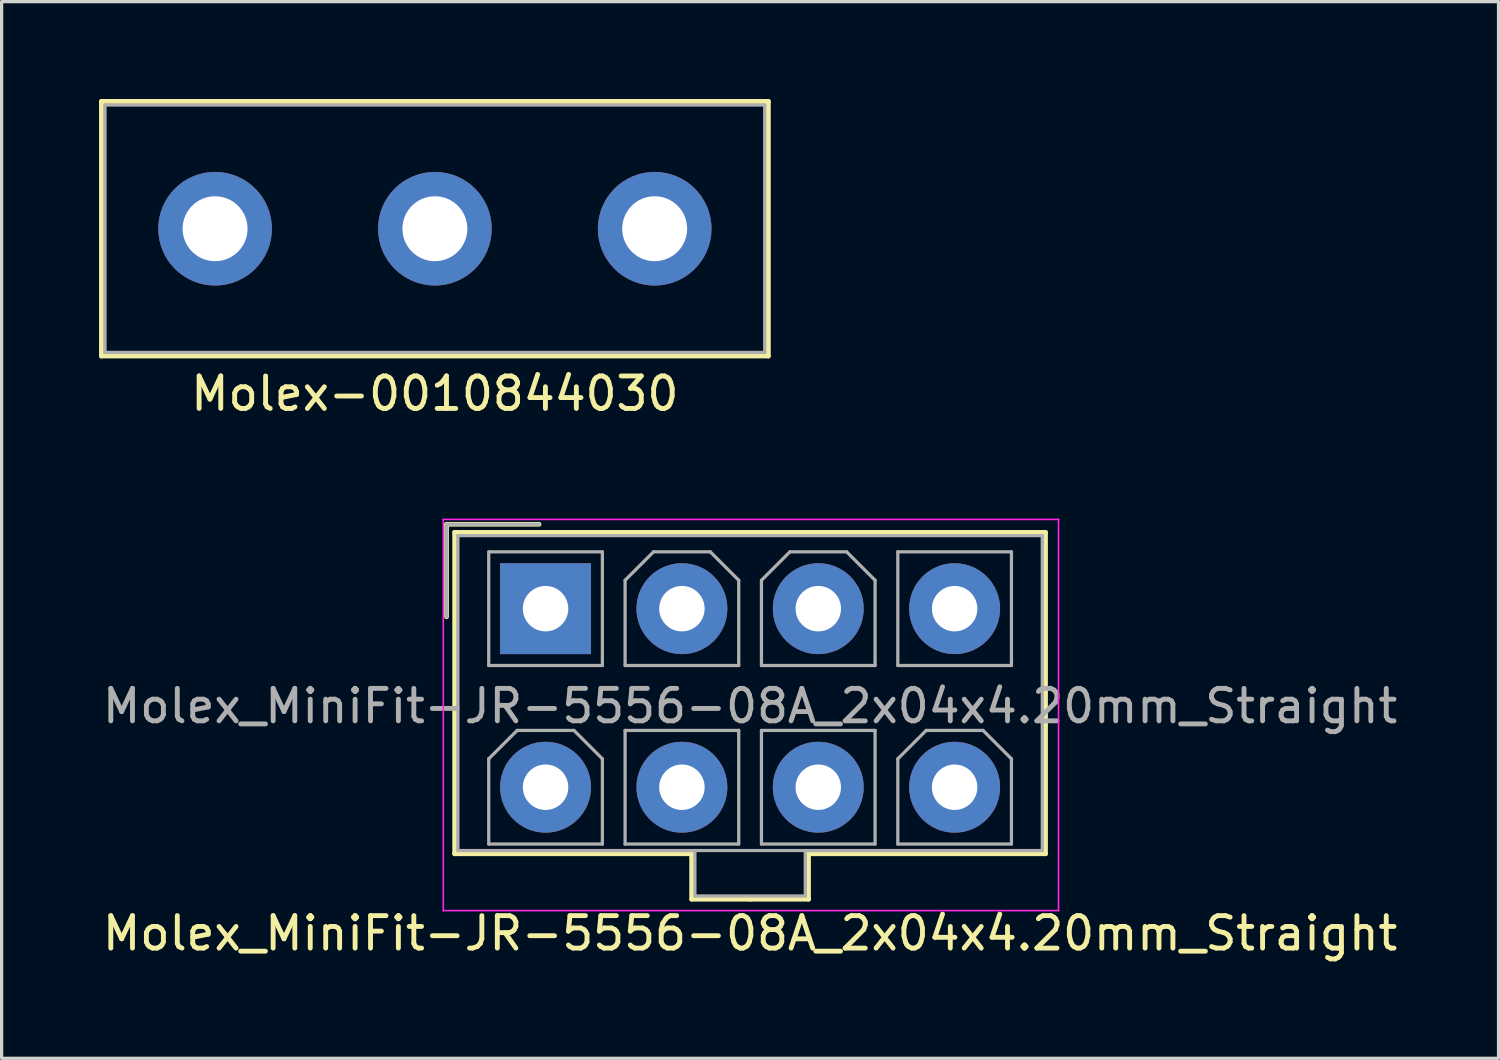
<source format=kicad_pcb>
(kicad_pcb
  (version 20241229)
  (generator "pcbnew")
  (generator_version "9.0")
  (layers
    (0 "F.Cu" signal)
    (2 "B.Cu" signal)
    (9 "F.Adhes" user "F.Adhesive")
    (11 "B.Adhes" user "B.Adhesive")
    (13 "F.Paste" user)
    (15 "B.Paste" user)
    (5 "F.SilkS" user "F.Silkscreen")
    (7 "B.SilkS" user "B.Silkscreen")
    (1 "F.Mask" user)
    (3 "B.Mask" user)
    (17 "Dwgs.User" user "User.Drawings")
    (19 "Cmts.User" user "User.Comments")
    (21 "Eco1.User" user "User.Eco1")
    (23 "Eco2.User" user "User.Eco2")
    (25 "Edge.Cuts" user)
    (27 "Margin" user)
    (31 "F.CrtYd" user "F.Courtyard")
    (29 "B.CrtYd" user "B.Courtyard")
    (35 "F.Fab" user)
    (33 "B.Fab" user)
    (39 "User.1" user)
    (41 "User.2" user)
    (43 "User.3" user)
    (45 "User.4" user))
  (footprint "Molex-0010844030"
    (layer "F.Cu")
    (at 10.345 3.995)
    (property "Reference" "Molex-0010844030" (at 0 5.08 0) (layer "F.SilkS") (effects (font (size 1 1) (thickness 0.15))))
    (attr through_hole)
    (fp_line (start -10.27 -3.92) (end 10.27 -3.92) (stroke (width 0.15) (type solid)) (layer "F.SilkS"))
    (fp_line (start -10.27 3.92) (end -10.27 -3.92) (stroke (width 0.15) (type solid)) (layer "F.SilkS"))
    (fp_line (start 10.27 -3.92) (end 10.27 3.92) (stroke (width 0.15) (type solid)) (layer "F.SilkS"))
    (fp_line (start 10.27 3.92) (end -10.27 3.92) (stroke (width 0.15) (type solid)) (layer "F.SilkS"))
    (fp_line (start -10.16 -3.81) (end 10.16 -3.81) (stroke (width 0.1) (type solid)) (layer "F.Fab"))
    (fp_line (start -10.16 3.81) (end -10.16 -3.81) (stroke (width 0.1) (type solid)) (layer "F.Fab"))
    (fp_line (start -10.16 3.81) (end 10.16 3.81) (stroke (width 0.1) (type solid)) (layer "F.Fab"))
    (fp_line (start 10.16 3.81) (end 10.16 -3.81) (stroke (width 0.1) (type solid)) (layer "F.Fab"))
    (pad "1" thru_hole circle (at -6.77 0) (size 3.5 3.5) (drill 2) (layers "*.Cu" "*.Mask"))
    (pad "2" thru_hole circle (at 0 0) (size 3.5 3.5) (drill 2) (layers "*.Cu" "*.Mask"))
    (pad "3" thru_hole circle (at 6.77 0) (size 3.5 3.5) (drill 2) (layers "*.Cu" "*.Mask")))
  (footprint "Molex_MiniFit-JR-5556-08A_2x04x4.20mm_Straight"
    (layer "F.Cu")
    (at 13.754 15.698)
    (property "Reference" "Molex_MiniFit-JR-5556-08A_2x04x4.20mm_Straight" (at 6.3 10 0) (layer "F.SilkS") (effects (font (size 1 1) (thickness 0.15))))
    (attr through_hole)
    (fp_line (start -3.05 -2.6) (end -3.05 0.25) (stroke (width 0.145) (type solid)) (layer "F.SilkS"))
    (fp_line (start -2.8 -2.35) (end -2.8 7.55) (stroke (width 0.145) (type solid)) (layer "F.SilkS"))
    (fp_line (start -2.8 7.55) (end 4.5 7.55) (stroke (width 0.145) (type solid)) (layer "F.SilkS"))
    (fp_line (start -0.2 -2.6) (end -3.05 -2.6) (stroke (width 0.145) (type solid)) (layer "F.SilkS"))
    (fp_line (start 4.5 7.55) (end 4.5 8.95) (stroke (width 0.145) (type solid)) (layer "F.SilkS"))
    (fp_line (start 4.5 8.95) (end 6.3 8.95) (stroke (width 0.145) (type solid)) (layer "F.SilkS"))
    (fp_line (start 6.3 -2.35) (end -2.8 -2.35) (stroke (width 0.145) (type solid)) (layer "F.SilkS"))
    (fp_line (start 6.3 -2.35) (end 15.4 -2.35) (stroke (width 0.145) (type solid)) (layer "F.SilkS"))
    (fp_line (start 8.1 7.55) (end 8.1 8.95) (stroke (width 0.145) (type solid)) (layer "F.SilkS"))
    (fp_line (start 8.1 8.95) (end 6.3 8.95) (stroke (width 0.145) (type solid)) (layer "F.SilkS"))
    (fp_line (start 15.4 -2.35) (end 15.4 7.55) (stroke (width 0.145) (type solid)) (layer "F.SilkS"))
    (fp_line (start 15.4 7.55) (end 8.1 7.55) (stroke (width 0.145) (type solid)) (layer "F.SilkS"))
    (fp_line (start -3.15 -2.75) (end -3.15 9.3) (stroke (width 0.05) (type solid)) (layer "F.CrtYd"))
    (fp_line (start -3.15 9.3) (end 15.8 9.3) (stroke (width 0.05) (type solid)) (layer "F.CrtYd"))
    (fp_line (start 15.8 -2.75) (end -3.15 -2.75) (stroke (width 0.05) (type solid)) (layer "F.CrtYd"))
    (fp_line (start 15.8 9.3) (end 15.8 -2.75) (stroke (width 0.05) (type solid)) (layer "F.CrtYd"))
    (fp_line (start -3.05 -2.6) (end -3.05 0.25) (stroke (width 0.1) (type solid)) (layer "F.Fab"))
    (fp_line (start -2.7 -2.25) (end -2.7 7.45) (stroke (width 0.1) (type solid)) (layer "F.Fab"))
    (fp_line (start -2.7 7.45) (end 15.3 7.45) (stroke (width 0.1) (type solid)) (layer "F.Fab"))
    (fp_line (start -1.75 -1.75) (end -1.75 1.75) (stroke (width 0.1) (type solid)) (layer "F.Fab"))
    (fp_line (start -1.75 1.75) (end 1.75 1.75) (stroke (width 0.1) (type solid)) (layer "F.Fab"))
    (fp_line (start -1.75 4.625) (end -0.875 3.75) (stroke (width 0.1) (type solid)) (layer "F.Fab"))
    (fp_line (start -1.75 7.25) (end -1.75 4.625) (stroke (width 0.1) (type solid)) (layer "F.Fab"))
    (fp_line (start -0.875 3.75) (end 0.875 3.75) (stroke (width 0.1) (type solid)) (layer "F.Fab"))
    (fp_line (start -0.2 -2.6) (end -3.05 -2.6) (stroke (width 0.1) (type solid)) (layer "F.Fab"))
    (fp_line (start 0.875 3.75) (end 1.75 4.625) (stroke (width 0.1) (type solid)) (layer "F.Fab"))
    (fp_line (start 1.75 -1.75) (end -1.75 -1.75) (stroke (width 0.1) (type solid)) (layer "F.Fab"))
    (fp_line (start 1.75 1.75) (end 1.75 -1.75) (stroke (width 0.1) (type solid)) (layer "F.Fab"))
    (fp_line (start 1.75 4.625) (end 1.75 7.25) (stroke (width 0.1) (type solid)) (layer "F.Fab"))
    (fp_line (start 1.75 7.25) (end -1.75 7.25) (stroke (width 0.1) (type solid)) (layer "F.Fab"))
    (fp_line (start 2.45 -0.875) (end 3.325 -1.75) (stroke (width 0.1) (type solid)) (layer "F.Fab"))
    (fp_line (start 2.45 1.75) (end 2.45 -0.875) (stroke (width 0.1) (type solid)) (layer "F.Fab"))
    (fp_line (start 2.45 3.75) (end 2.45 7.25) (stroke (width 0.1) (type solid)) (layer "F.Fab"))
    (fp_line (start 2.45 7.25) (end 5.95 7.25) (stroke (width 0.1) (type solid)) (layer "F.Fab"))
    (fp_line (start 3.325 -1.75) (end 5.075 -1.75) (stroke (width 0.1) (type solid)) (layer "F.Fab"))
    (fp_line (start 4.6 7.45) (end 4.6 8.85) (stroke (width 0.1) (type solid)) (layer "F.Fab"))
    (fp_line (start 4.6 8.85) (end 8 8.85) (stroke (width 0.1) (type solid)) (layer "F.Fab"))
    (fp_line (start 5.075 -1.75) (end 5.95 -0.875) (stroke (width 0.1) (type solid)) (layer "F.Fab"))
    (fp_line (start 5.95 -0.875) (end 5.95 1.75) (stroke (width 0.1) (type solid)) (layer "F.Fab"))
    (fp_line (start 5.95 1.75) (end 2.45 1.75) (stroke (width 0.1) (type solid)) (layer "F.Fab"))
    (fp_line (start 5.95 3.75) (end 2.45 3.75) (stroke (width 0.1) (type solid)) (layer "F.Fab"))
    (fp_line (start 5.95 7.25) (end 5.95 3.75) (stroke (width 0.1) (type solid)) (layer "F.Fab"))
    (fp_line (start 6.65 -0.875) (end 7.525 -1.75) (stroke (width 0.1) (type solid)) (layer "F.Fab"))
    (fp_line (start 6.65 1.75) (end 6.65 -0.875) (stroke (width 0.1) (type solid)) (layer "F.Fab"))
    (fp_line (start 6.65 3.75) (end 6.65 7.25) (stroke (width 0.1) (type solid)) (layer "F.Fab"))
    (fp_line (start 6.65 7.25) (end 10.15 7.25) (stroke (width 0.1) (type solid)) (layer "F.Fab"))
    (fp_line (start 7.525 -1.75) (end 9.275 -1.75) (stroke (width 0.1) (type solid)) (layer "F.Fab"))
    (fp_line (start 8 8.85) (end 8 7.45) (stroke (width 0.1) (type solid)) (layer "F.Fab"))
    (fp_line (start 9.275 -1.75) (end 10.15 -0.875) (stroke (width 0.1) (type solid)) (layer "F.Fab"))
    (fp_line (start 10.15 -0.875) (end 10.15 1.75) (stroke (width 0.1) (type solid)) (layer "F.Fab"))
    (fp_line (start 10.15 1.75) (end 6.65 1.75) (stroke (width 0.1) (type solid)) (layer "F.Fab"))
    (fp_line (start 10.15 3.75) (end 6.65 3.75) (stroke (width 0.1) (type solid)) (layer "F.Fab"))
    (fp_line (start 10.15 7.25) (end 10.15 3.75) (stroke (width 0.1) (type solid)) (layer "F.Fab"))
    (fp_line (start 10.85 -1.75) (end 10.85 1.75) (stroke (width 0.1) (type solid)) (layer "F.Fab"))
    (fp_line (start 10.85 1.75) (end 14.35 1.75) (stroke (width 0.1) (type solid)) (layer "F.Fab"))
    (fp_line (start 10.85 4.625) (end 11.725 3.75) (stroke (width 0.1) (type solid)) (layer "F.Fab"))
    (fp_line (start 10.85 7.25) (end 10.85 4.625) (stroke (width 0.1) (type solid)) (layer "F.Fab"))
    (fp_line (start 11.725 3.75) (end 13.475 3.75) (stroke (width 0.1) (type solid)) (layer "F.Fab"))
    (fp_line (start 13.475 3.75) (end 14.35 4.625) (stroke (width 0.1) (type solid)) (layer "F.Fab"))
    (fp_line (start 14.35 -1.75) (end 10.85 -1.75) (stroke (width 0.1) (type solid)) (layer "F.Fab"))
    (fp_line (start 14.35 1.75) (end 14.35 -1.75) (stroke (width 0.1) (type solid)) (layer "F.Fab"))
    (fp_line (start 14.35 4.625) (end 14.35 7.25) (stroke (width 0.1) (type solid)) (layer "F.Fab"))
    (fp_line (start 14.35 7.25) (end 10.85 7.25) (stroke (width 0.1) (type solid)) (layer "F.Fab"))
    (fp_line (start 15.3 -2.25) (end -2.7 -2.25) (stroke (width 0.1) (type solid)) (layer "F.Fab"))
    (fp_line (start 15.3 7.45) (end 15.3 -2.25) (stroke (width 0.1) (type solid)) (layer "F.Fab"))
    (fp_text user "${REFERENCE}" (at 6.3 3 0) (layer "F.Fab") (effects (font (size 1 1) (thickness 0.15))))
    (pad "1" thru_hole rect (at 0 0) (size 2.8 2.8) (drill 1.4) (layers "*.Cu" "*.Mask"))
    (pad "2" thru_hole circle (at 4.2 0) (size 2.8 2.8) (drill 1.4) (layers "*.Cu" "*.Mask"))
    (pad "3" thru_hole circle (at 8.4 0) (size 2.8 2.8) (drill 1.4) (layers "*.Cu" "*.Mask"))
    (pad "4" thru_hole circle (at 12.6 0) (size 2.8 2.8) (drill 1.4) (layers "*.Cu" "*.Mask"))
    (pad "5" thru_hole circle (at 0 5.5) (size 2.8 2.8) (drill 1.4) (layers "*.Cu" "*.Mask"))
    (pad "6" thru_hole circle (at 4.2 5.5) (size 2.8 2.8) (drill 1.4) (layers "*.Cu" "*.Mask"))
    (pad "7" thru_hole circle (at 8.4 5.5) (size 2.8 2.8) (drill 1.4) (layers "*.Cu" "*.Mask"))
    (pad "8" thru_hole circle (at 12.6 5.5) (size 2.8 2.8) (drill 1.4) (layers "*.Cu" "*.Mask")))
  (gr_rect
    (start -3 -3)
    (end 43.107 29.547)
    (stroke (width 0.1) (type default))
    (fill no)
    (layer "Edge.Cuts")))
</source>
